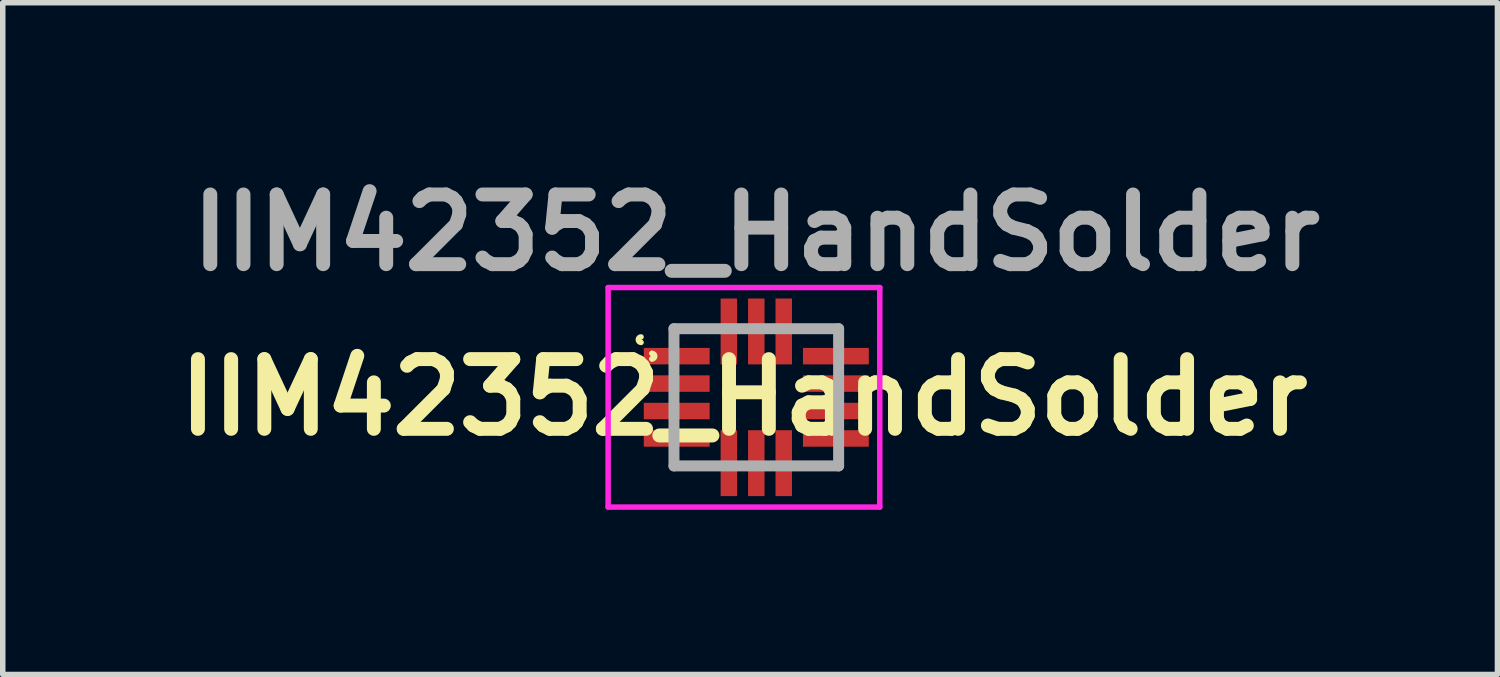
<source format=kicad_pcb>
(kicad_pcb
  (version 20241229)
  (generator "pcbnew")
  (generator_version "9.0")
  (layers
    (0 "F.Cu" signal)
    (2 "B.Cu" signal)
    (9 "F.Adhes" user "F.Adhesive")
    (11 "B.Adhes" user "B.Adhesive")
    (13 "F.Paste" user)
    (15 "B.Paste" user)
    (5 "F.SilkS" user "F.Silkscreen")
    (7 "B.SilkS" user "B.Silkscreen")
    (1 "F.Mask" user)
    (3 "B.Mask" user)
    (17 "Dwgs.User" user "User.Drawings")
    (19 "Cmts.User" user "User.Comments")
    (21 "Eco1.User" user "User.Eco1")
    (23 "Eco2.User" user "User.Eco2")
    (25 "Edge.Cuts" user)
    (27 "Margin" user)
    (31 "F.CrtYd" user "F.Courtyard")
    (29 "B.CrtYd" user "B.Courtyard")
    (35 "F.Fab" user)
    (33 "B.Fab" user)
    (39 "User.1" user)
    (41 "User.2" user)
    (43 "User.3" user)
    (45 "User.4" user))
  (footprint "IIM42352_HandSolder"
    (layer "F.Cu")
    (at 10.73 4.189)
    (property "Reference" "IIM42352_HandSolder" (at -0.225 0 0) (layer "F.SilkS") (effects (font (size 1.27 1.27) (thickness 0.254))))
    (attr smd)
    (fp_line (start -1.9 -0.8) (end -1.9 -0.8) (stroke (width 0.1) (type solid)) (layer "F.SilkS"))
    (fp_line (start -1.9 -0.7) (end -1.9 -0.7) (stroke (width 0.1) (type solid)) (layer "F.SilkS"))
    (fp_line (start -1.5 -1.25) (end -0.8 -1.25) (stroke (width 0.1) (type solid)) (layer "F.SilkS"))
    (fp_line (start -1.5 -1) (end -1.5 -1.25) (stroke (width 0.1) (type solid)) (layer "F.SilkS"))
    (fp_line (start -1.5 1.1) (end -1.5 1.25) (stroke (width 0.1) (type solid)) (layer "F.SilkS"))
    (fp_line (start -1.5 1.25) (end -0.8 1.25) (stroke (width 0.1) (type solid)) (layer "F.SilkS"))
    (fp_line (start 0.8 -1.25) (end 1.5 -1.25) (stroke (width 0.1) (type solid)) (layer "F.SilkS"))
    (fp_line (start 0.8 1.25) (end 1.5 1.25) (stroke (width 0.1) (type solid)) (layer "F.SilkS"))
    (fp_line (start 1.5 -1.25) (end 1.5 -1) (stroke (width 0.1) (type solid)) (layer "F.SilkS"))
    (fp_line (start 1.5 1.25) (end 1.5 1) (stroke (width 0.1) (type solid)) (layer "F.SilkS"))
    (fp_arc (start -2.1 -1) (mid -2.15 -1.05) (end -2.1 -1.1) (stroke (width 0.1) (type solid)) (layer "F.SilkS"))
    (fp_arc (start -1.9 -0.8) (mid -1.85 -0.75) (end -1.9 -0.7) (stroke (width 0.1) (type solid)) (layer "F.SilkS"))
    (fp_line (start -2.7 -2) (end 2.25 -2) (stroke (width 0.1) (type solid)) (layer "F.CrtYd"))
    (fp_line (start -2.7 2) (end -2.7 -2) (stroke (width 0.1) (type solid)) (layer "F.CrtYd"))
    (fp_line (start 2.25 -2) (end 2.25 2) (stroke (width 0.1) (type solid)) (layer "F.CrtYd"))
    (fp_line (start 2.25 2) (end -2.7 2) (stroke (width 0.1) (type solid)) (layer "F.CrtYd"))
    (fp_line (start -1.5 -1.25) (end 1.5 -1.25) (stroke (width 0.2) (type solid)) (layer "F.Fab"))
    (fp_line (start -1.5 1.25) (end -1.5 -1.25) (stroke (width 0.2) (type solid)) (layer "F.Fab"))
    (fp_line (start 1.5 -1.25) (end 1.5 1.25) (stroke (width 0.2) (type solid)) (layer "F.Fab"))
    (fp_line (start 1.5 1.25) (end -1.5 1.25) (stroke (width 0.2) (type solid)) (layer "F.Fab"))
    (fp_text user "${REFERENCE}" (at 0 -3 0) (layer "F.Fab") (effects (font (size 1.27 1.27) (thickness 0.254))))
    (pad "1" smd rect (at -1.45 -0.75 90) (size 0.3 1.2) (layers "F.Cu" "F.Mask" "F.Paste"))
    (pad "2" smd rect (at -1.45 -0.25 90) (size 0.3 1.2) (layers "F.Cu" "F.Mask" "F.Paste"))
    (pad "3" smd rect (at -1.45 0.25 90) (size 0.3 1.2) (layers "F.Cu" "F.Mask" "F.Paste"))
    (pad "4" smd rect (at -1.45 0.75 90) (size 0.3 1.2) (layers "F.Cu" "F.Mask" "F.Paste"))
    (pad "5" smd rect (at -0.5 1.2) (size 0.3 1.2) (layers "F.Cu" "F.Mask" "F.Paste"))
    (pad "6" smd rect (at 0 1.2) (size 0.3 1.2) (layers "F.Cu" "F.Mask" "F.Paste"))
    (pad "7" smd rect (at 0.5 1.2) (size 0.3 1.2) (layers "F.Cu" "F.Mask" "F.Paste"))
    (pad "8" smd rect (at 1.45 0.75 90) (size 0.3 1.2) (layers "F.Cu" "F.Mask" "F.Paste"))
    (pad "9" smd rect (at 1.45 0.25 90) (size 0.3 1.2) (layers "F.Cu" "F.Mask" "F.Paste"))
    (pad "10" smd rect (at 1.45 -0.25 90) (size 0.3 1.2) (layers "F.Cu" "F.Mask" "F.Paste"))
    (pad "11" smd rect (at 1.45 -0.75 90) (size 0.3 1.2) (layers "F.Cu" "F.Mask" "F.Paste"))
    (pad "12" smd rect (at 0.5 -1.2) (size 0.3 1.2) (layers "F.Cu" "F.Mask" "F.Paste"))
    (pad "13" smd rect (at 0 -1.2) (size 0.3 1.2) (layers "F.Cu" "F.Mask" "F.Paste"))
    (pad "14" smd rect (at -0.5 -1.2) (size 0.3 1.2) (layers "F.Cu" "F.Mask" "F.Paste")))
  (gr_rect
    (start -3 -3)
    (end 24.234 9.239)
    (stroke (width 0.1) (type default))
    (fill no)
    (layer "Edge.Cuts")))
</source>
